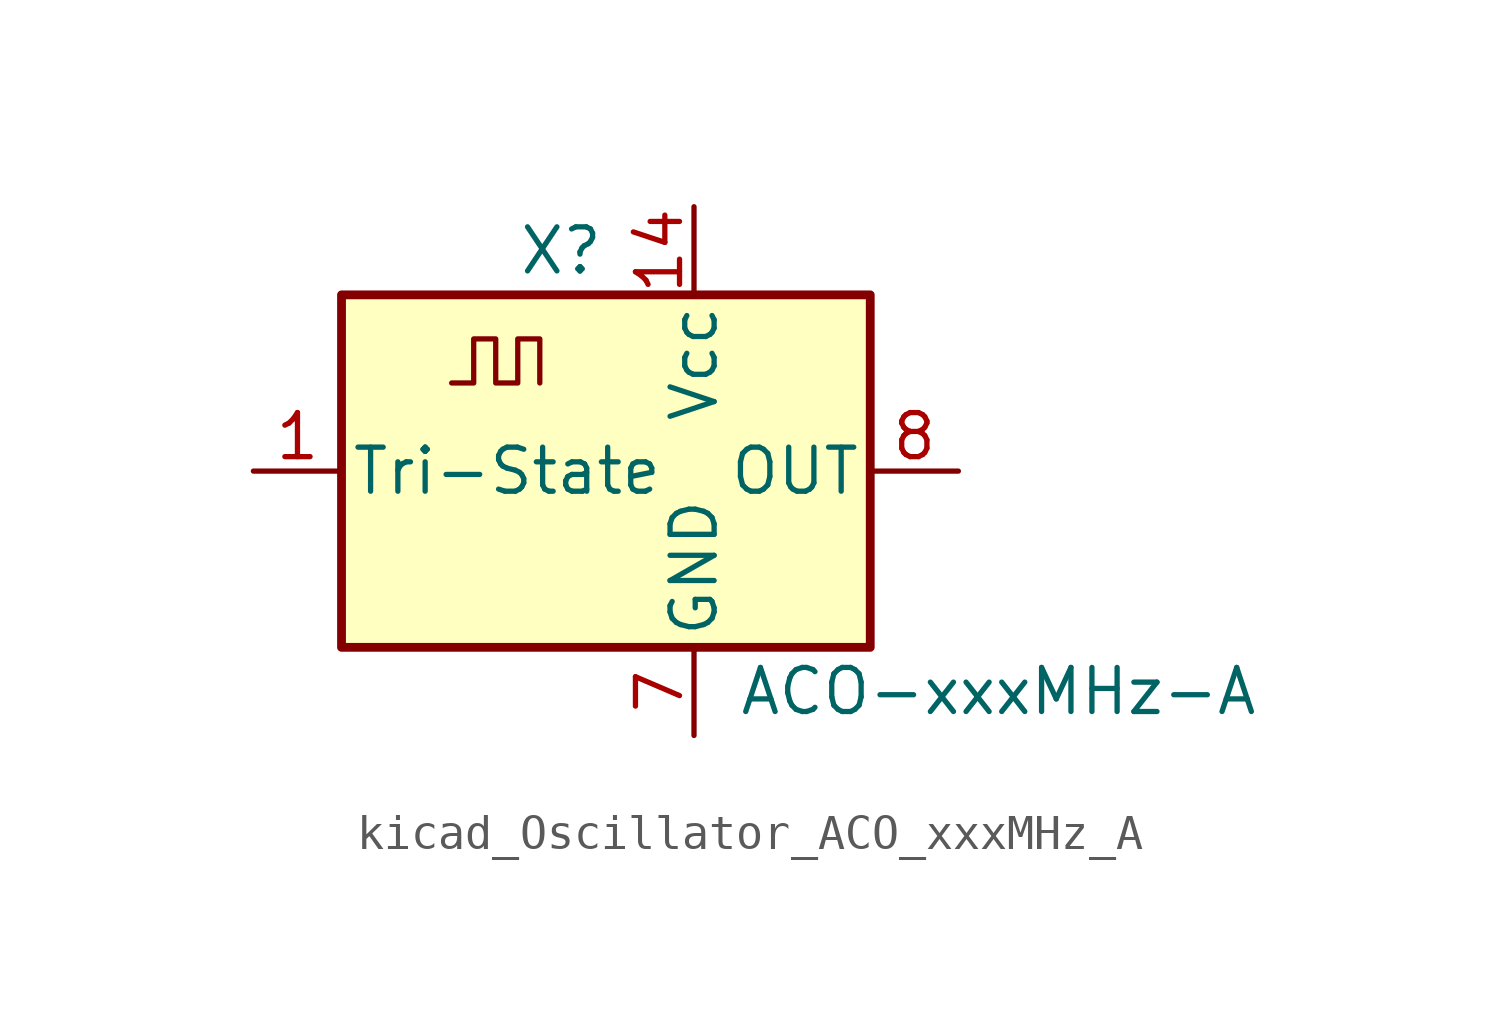
<source format=kicad_sym>
(kicad_symbol_lib
  (version 20220914)
  (generator kicad_symbol_editor)
  (symbol "kicad_Oscillator_ACO_xxxMHz_A"
    (pin_names
      (offset 0.254))
    (property "Reference" "X"
      (at -5.08 6.35 0)
      (effects (font (size 1.27 1.27)) (justify left)))
    (property "Value" "ACO-xxxMHz-A"
      (at 1.27 -6.35 0)
      (effects (font (size 1.27 1.27)) (justify left)))
    (symbol "kicad_Oscillator_ACO_xxxMHz_A_0_1"
      (rectangle (start -10.16 5.08) (end 5.08 -5.08) (stroke (width 0.254) (type default)) (fill (type background)))
      (polyline (pts (xy -6.985 2.54) (xy -6.35 2.54) (xy -6.35 3.81) (xy -5.715 3.81) (xy -5.715 2.54) (xy -5.08 2.54) (xy -5.08 3.81) (xy -4.445 3.81) (xy -4.445 2.54)) (stroke (width 0) (type default)) (fill (type none))))
    (symbol "kicad_Oscillator_ACO_xxxMHz_A_1_1"
      (pin input line (at -12.7 0 0) (length 2.54) (name "Tri-State" (effects (font (size 1.27 1.27)))) (number "1" (effects (font (size 1.27 1.27)))))
      (pin power_in line (at 0 7.62 270) (length 2.54) (name "Vcc" (effects (font (size 1.27 1.27)))) (number "14" (effects (font (size 1.27 1.27)))))
      (pin power_in line (at 0 -7.62 90) (length 2.54) (name "GND" (effects (font (size 1.27 1.27)))) (number "7" (effects (font (size 1.27 1.27)))))
      (pin output line (at 7.62 0 180) (length 2.54) (name "OUT" (effects (font (size 1.27 1.27)))) (number "8" (effects (font (size 1.27 1.27))))))))
</source>
